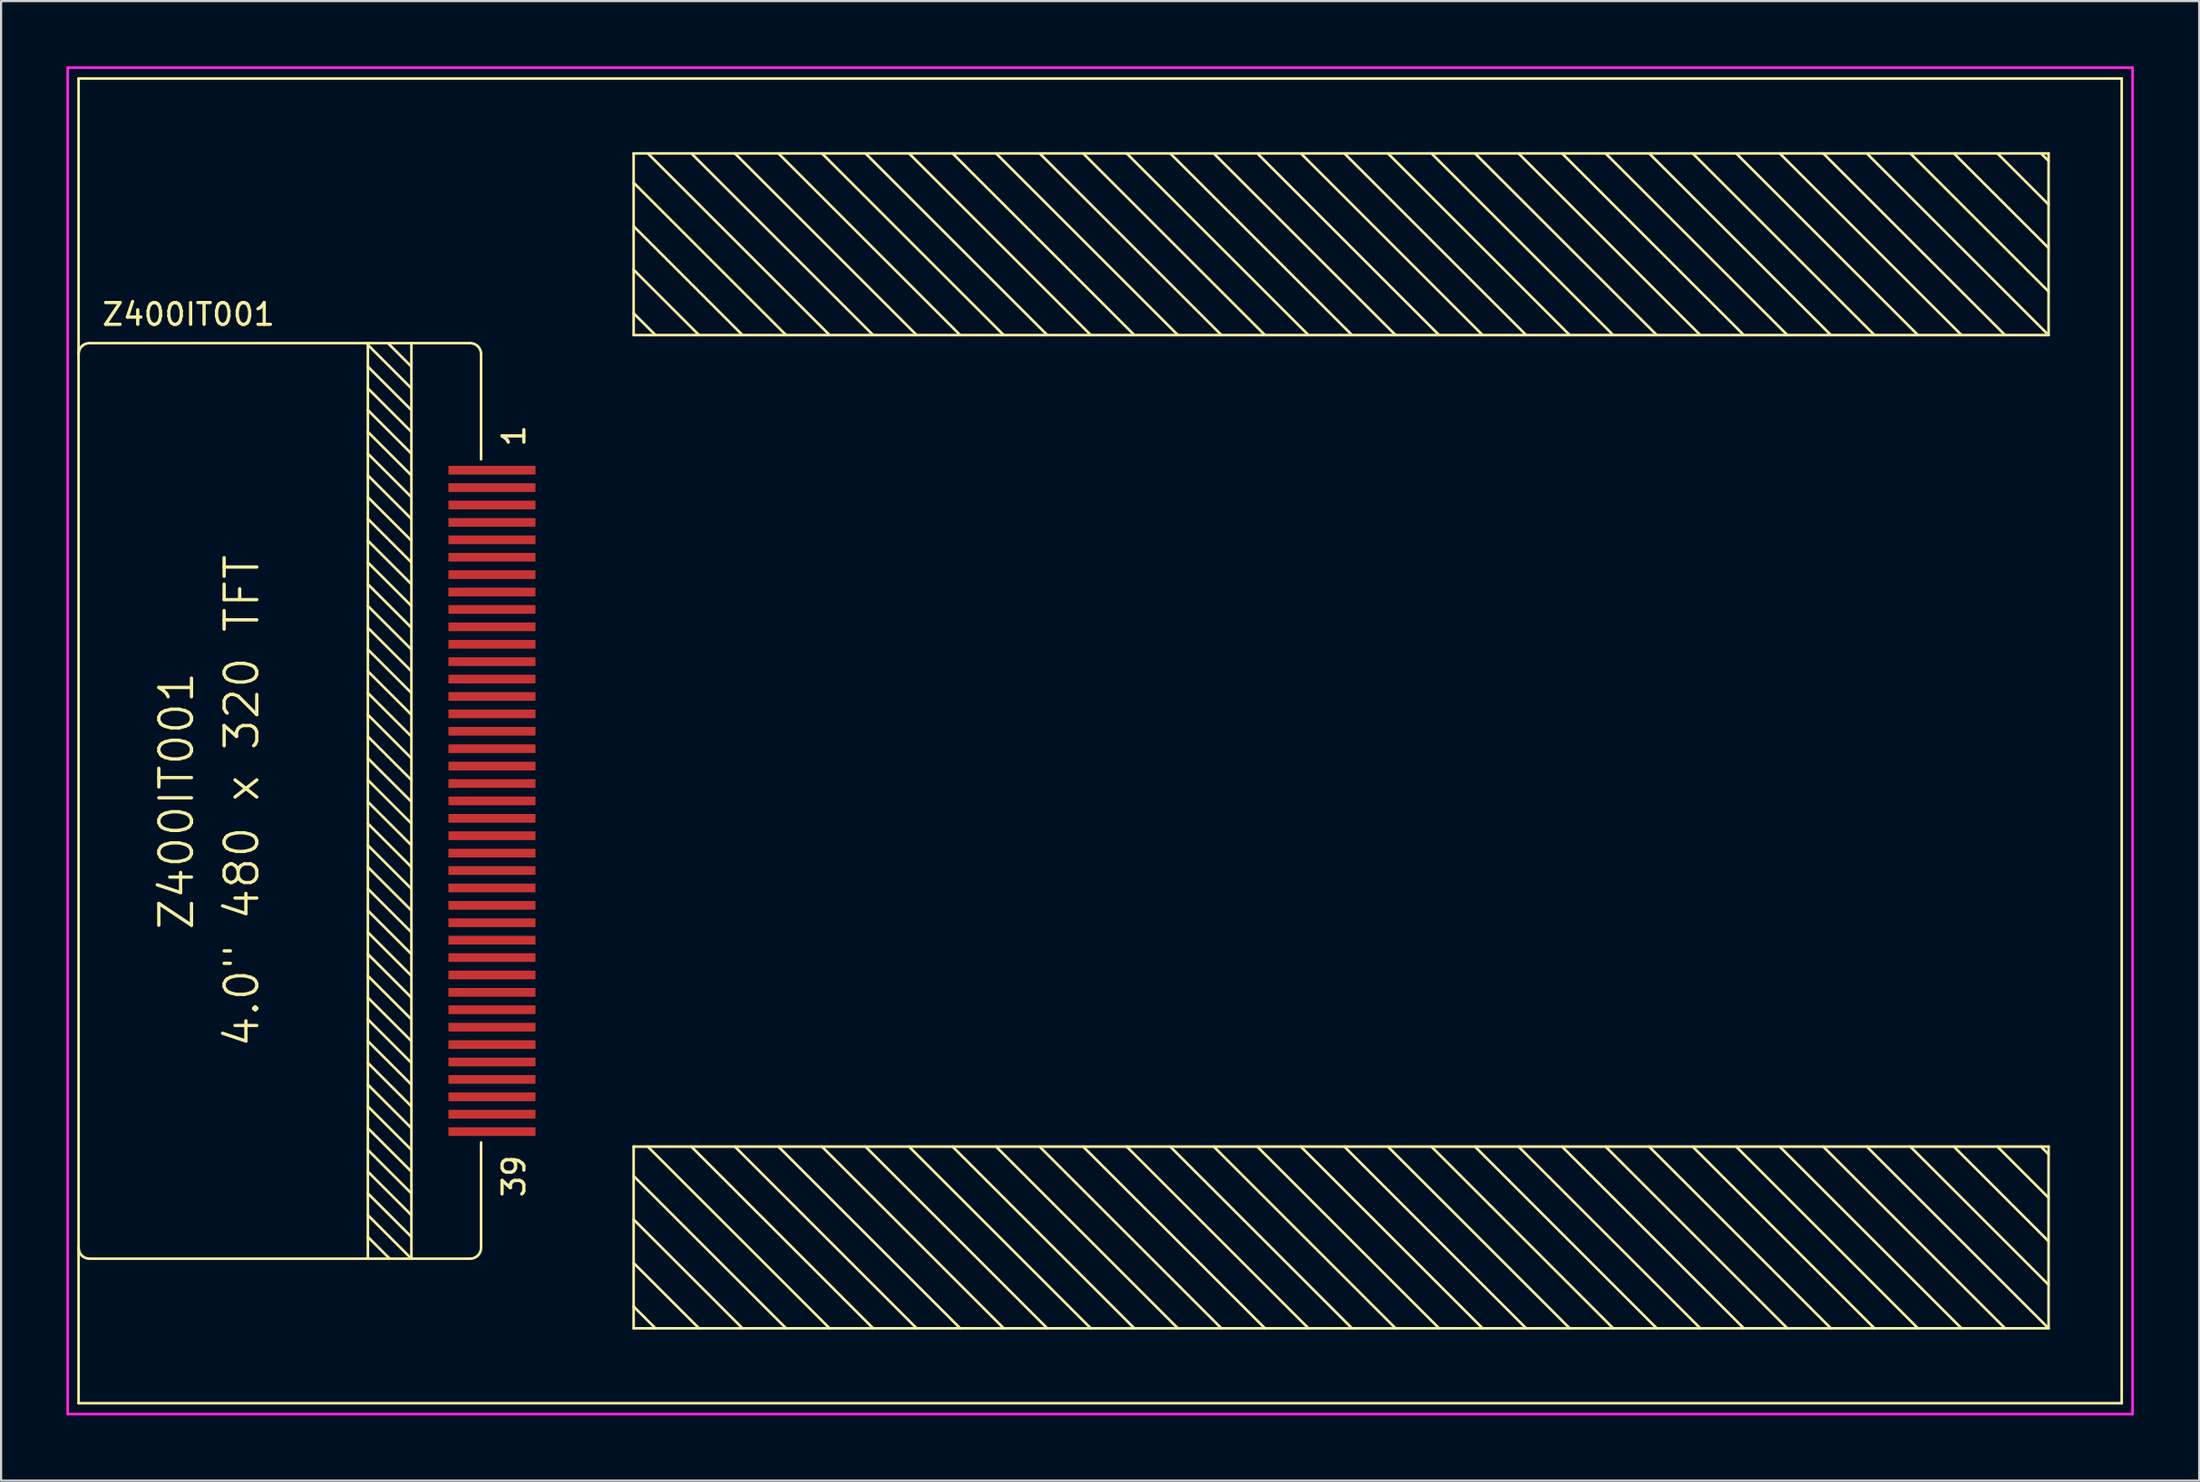
<source format=kicad_pcb>
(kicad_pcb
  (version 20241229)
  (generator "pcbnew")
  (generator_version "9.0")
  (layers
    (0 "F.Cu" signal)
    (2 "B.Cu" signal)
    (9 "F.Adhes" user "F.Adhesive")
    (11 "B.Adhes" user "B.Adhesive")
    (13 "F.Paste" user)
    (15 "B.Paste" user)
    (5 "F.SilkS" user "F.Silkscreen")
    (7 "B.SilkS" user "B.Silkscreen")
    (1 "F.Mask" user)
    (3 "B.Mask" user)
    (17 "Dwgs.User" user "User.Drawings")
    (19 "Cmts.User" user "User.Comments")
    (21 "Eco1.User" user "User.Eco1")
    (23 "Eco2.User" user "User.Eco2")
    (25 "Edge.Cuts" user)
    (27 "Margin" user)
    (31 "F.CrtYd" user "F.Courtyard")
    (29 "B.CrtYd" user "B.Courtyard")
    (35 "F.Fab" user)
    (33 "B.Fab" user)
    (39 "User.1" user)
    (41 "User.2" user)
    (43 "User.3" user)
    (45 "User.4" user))
  (footprint "Z400IT001"
    (layer "F.Cu")
    (at 50.06 31)
    (property "Reference" "Z400IT001" (at -48.5 -19.6 0) (layer "F.SilkS") (effects (font (size 1 1) (thickness 0.15)) (justify left)))
    (attr smd)
    (fp_line (start -49.5 -30.44) (end -49.5 30.44) (stroke (width 0.12) (type solid)) (layer "F.SilkS"))
    (fp_line (start -49.5 -30.44) (end 44.36 -30.44) (stroke (width 0.12) (type solid)) (layer "F.SilkS"))
    (fp_line (start -49.5 30.44) (end 44.36 30.44) (stroke (width 0.12) (type solid)) (layer "F.SilkS"))
    (fp_line (start -49 -18.28) (end -31.51 -18.28) (stroke (width 0.12) (type solid)) (layer "F.SilkS"))
    (fp_line (start -49 23.8) (end -31.51 23.8) (stroke (width 0.12) (type solid)) (layer "F.SilkS"))
    (fp_line (start -36.21 -18.28) (end -36.21 23.8) (stroke (width 0.12) (type solid)) (layer "F.SilkS"))
    (fp_line (start -36.21 -18.2) (end -34.21 -16.2) (stroke (width 0.12) (type solid)) (layer "F.SilkS"))
    (fp_line (start -36.21 -17.2) (end -34.21 -15.2) (stroke (width 0.12) (type solid)) (layer "F.SilkS"))
    (fp_line (start -36.21 -16.2) (end -34.21 -14.2) (stroke (width 0.12) (type solid)) (layer "F.SilkS"))
    (fp_line (start -36.21 -15.2) (end -34.21 -13.2) (stroke (width 0.12) (type solid)) (layer "F.SilkS"))
    (fp_line (start -36.21 -14.2) (end -34.21 -12.2) (stroke (width 0.12) (type solid)) (layer "F.SilkS"))
    (fp_line (start -36.21 -13.2) (end -34.21 -11.2) (stroke (width 0.12) (type solid)) (layer "F.SilkS"))
    (fp_line (start -36.21 -12.2) (end -34.21 -10.2) (stroke (width 0.12) (type solid)) (layer "F.SilkS"))
    (fp_line (start -36.21 -11.2) (end -34.21 -9.2) (stroke (width 0.12) (type solid)) (layer "F.SilkS"))
    (fp_line (start -36.21 -10.2) (end -34.21 -8.2) (stroke (width 0.12) (type solid)) (layer "F.SilkS"))
    (fp_line (start -36.21 -9.2) (end -34.21 -7.2) (stroke (width 0.12) (type solid)) (layer "F.SilkS"))
    (fp_line (start -36.21 -8.2) (end -34.21 -6.2) (stroke (width 0.12) (type solid)) (layer "F.SilkS"))
    (fp_line (start -36.21 -7.2) (end -34.21 -5.2) (stroke (width 0.12) (type solid)) (layer "F.SilkS"))
    (fp_line (start -36.21 -6.2) (end -34.21 -4.2) (stroke (width 0.12) (type solid)) (layer "F.SilkS"))
    (fp_line (start -36.21 -5.2) (end -34.21 -3.2) (stroke (width 0.12) (type solid)) (layer "F.SilkS"))
    (fp_line (start -36.21 -4.2) (end -34.21 -2.2) (stroke (width 0.12) (type solid)) (layer "F.SilkS"))
    (fp_line (start -36.21 -3.2) (end -34.21 -1.2) (stroke (width 0.12) (type solid)) (layer "F.SilkS"))
    (fp_line (start -36.21 -2.2) (end -34.21 -0.2) (stroke (width 0.12) (type solid)) (layer "F.SilkS"))
    (fp_line (start -36.21 -1.2) (end -34.21 0.8) (stroke (width 0.12) (type solid)) (layer "F.SilkS"))
    (fp_line (start -36.21 -0.2) (end -34.21 1.8) (stroke (width 0.12) (type solid)) (layer "F.SilkS"))
    (fp_line (start -36.21 0.8) (end -34.21 2.8) (stroke (width 0.12) (type solid)) (layer "F.SilkS"))
    (fp_line (start -36.21 1.8) (end -34.21 3.8) (stroke (width 0.12) (type solid)) (layer "F.SilkS"))
    (fp_line (start -36.21 2.8) (end -34.21 4.8) (stroke (width 0.12) (type solid)) (layer "F.SilkS"))
    (fp_line (start -36.21 3.8) (end -34.21 5.8) (stroke (width 0.12) (type solid)) (layer "F.SilkS"))
    (fp_line (start -36.21 4.8) (end -34.21 6.8) (stroke (width 0.12) (type solid)) (layer "F.SilkS"))
    (fp_line (start -36.21 5.8) (end -34.21 7.8) (stroke (width 0.12) (type solid)) (layer "F.SilkS"))
    (fp_line (start -36.21 6.8) (end -34.21 8.8) (stroke (width 0.12) (type solid)) (layer "F.SilkS"))
    (fp_line (start -36.21 7.8) (end -34.21 9.8) (stroke (width 0.12) (type solid)) (layer "F.SilkS"))
    (fp_line (start -36.21 8.8) (end -34.21 10.8) (stroke (width 0.12) (type solid)) (layer "F.SilkS"))
    (fp_line (start -36.21 9.8) (end -34.21 11.8) (stroke (width 0.12) (type solid)) (layer "F.SilkS"))
    (fp_line (start -36.21 10.8) (end -34.21 12.8) (stroke (width 0.12) (type solid)) (layer "F.SilkS"))
    (fp_line (start -36.21 11.8) (end -34.21 13.8) (stroke (width 0.12) (type solid)) (layer "F.SilkS"))
    (fp_line (start -36.21 12.8) (end -34.21 14.8) (stroke (width 0.12) (type solid)) (layer "F.SilkS"))
    (fp_line (start -36.21 13.8) (end -34.21 15.8) (stroke (width 0.12) (type solid)) (layer "F.SilkS"))
    (fp_line (start -36.21 14.8) (end -34.21 16.8) (stroke (width 0.12) (type solid)) (layer "F.SilkS"))
    (fp_line (start -36.21 15.8) (end -34.21 17.8) (stroke (width 0.12) (type solid)) (layer "F.SilkS"))
    (fp_line (start -36.21 16.8) (end -34.21 18.8) (stroke (width 0.12) (type solid)) (layer "F.SilkS"))
    (fp_line (start -36.21 17.8) (end -34.21 19.8) (stroke (width 0.12) (type solid)) (layer "F.SilkS"))
    (fp_line (start -36.21 18.8) (end -34.21 20.8) (stroke (width 0.12) (type solid)) (layer "F.SilkS"))
    (fp_line (start -36.21 19.8) (end -34.21 21.8) (stroke (width 0.12) (type solid)) (layer "F.SilkS"))
    (fp_line (start -36.21 20.8) (end -34.21 22.8) (stroke (width 0.12) (type solid)) (layer "F.SilkS"))
    (fp_line (start -36.21 21.8) (end -34.21 23.8) (stroke (width 0.12) (type solid)) (layer "F.SilkS"))
    (fp_line (start -36.21 22.8) (end -35.21 23.8) (stroke (width 0.12) (type solid)) (layer "F.SilkS"))
    (fp_line (start -35.26 -18.25) (end -34.21 -17.2) (stroke (width 0.12) (type solid)) (layer "F.SilkS"))
    (fp_line (start -34.21 -18.28) (end -34.21 23.8) (stroke (width 0.12) (type solid)) (layer "F.SilkS"))
    (fp_line (start -31.01 -17.78) (end -31.01 -12.94) (stroke (width 0.12) (type solid)) (layer "F.SilkS"))
    (fp_line (start -31.01 23.3) (end -31.01 18.46) (stroke (width 0.12) (type solid)) (layer "F.SilkS"))
    (fp_line (start -24 -27) (end 41 -27) (stroke (width 0.12) (type solid)) (layer "F.SilkS"))
    (fp_line (start -24 -25.65) (end -17 -18.65) (stroke (width 0.12) (type solid)) (layer "F.SilkS"))
    (fp_line (start -24 -23.65) (end -19 -18.65) (stroke (width 0.12) (type solid)) (layer "F.SilkS"))
    (fp_line (start -24 -21.65) (end -21 -18.65) (stroke (width 0.12) (type solid)) (layer "F.SilkS"))
    (fp_line (start -24 -19.65) (end -23 -18.65) (stroke (width 0.12) (type solid)) (layer "F.SilkS"))
    (fp_line (start -24 -18.65) (end -24 -27) (stroke (width 0.12) (type solid)) (layer "F.SilkS"))
    (fp_line (start -24 18.65) (end 41 18.65) (stroke (width 0.12) (type solid)) (layer "F.SilkS"))
    (fp_line (start -24 20) (end -17 27) (stroke (width 0.12) (type solid)) (layer "F.SilkS"))
    (fp_line (start -24 22) (end -19 27) (stroke (width 0.12) (type solid)) (layer "F.SilkS"))
    (fp_line (start -24 24) (end -21 27) (stroke (width 0.12) (type solid)) (layer "F.SilkS"))
    (fp_line (start -24 26) (end -23 27) (stroke (width 0.12) (type solid)) (layer "F.SilkS"))
    (fp_line (start -24 27) (end -24 18.65) (stroke (width 0.12) (type solid)) (layer "F.SilkS"))
    (fp_line (start -23.35 -27) (end -15 -18.65) (stroke (width 0.12) (type solid)) (layer "F.SilkS"))
    (fp_line (start -23.35 18.65) (end -15 27) (stroke (width 0.12) (type solid)) (layer "F.SilkS"))
    (fp_line (start -21.35 -27) (end -13 -18.65) (stroke (width 0.12) (type solid)) (layer "F.SilkS"))
    (fp_line (start -21.35 18.65) (end -13 27) (stroke (width 0.12) (type solid)) (layer "F.SilkS"))
    (fp_line (start -19.35 -27) (end -11 -18.65) (stroke (width 0.12) (type solid)) (layer "F.SilkS"))
    (fp_line (start -19.35 18.65) (end -11 27) (stroke (width 0.12) (type solid)) (layer "F.SilkS"))
    (fp_line (start -17.35 -27) (end -9 -18.65) (stroke (width 0.12) (type solid)) (layer "F.SilkS"))
    (fp_line (start -17.35 18.65) (end -9 27) (stroke (width 0.12) (type solid)) (layer "F.SilkS"))
    (fp_line (start -15.35 -27) (end -7 -18.65) (stroke (width 0.12) (type solid)) (layer "F.SilkS"))
    (fp_line (start -15.35 18.65) (end -7 27) (stroke (width 0.12) (type solid)) (layer "F.SilkS"))
    (fp_line (start -13.35 -27) (end -5 -18.65) (stroke (width 0.12) (type solid)) (layer "F.SilkS"))
    (fp_line (start -13.35 18.65) (end -5 27) (stroke (width 0.12) (type solid)) (layer "F.SilkS"))
    (fp_line (start -11.35 -27) (end -3 -18.65) (stroke (width 0.12) (type solid)) (layer "F.SilkS"))
    (fp_line (start -11.35 18.65) (end -3 27) (stroke (width 0.12) (type solid)) (layer "F.SilkS"))
    (fp_line (start -9.35 -27) (end -1 -18.65) (stroke (width 0.12) (type solid)) (layer "F.SilkS"))
    (fp_line (start -9.35 18.65) (end -1 27) (stroke (width 0.12) (type solid)) (layer "F.SilkS"))
    (fp_line (start -7.35 -27) (end 1 -18.65) (stroke (width 0.12) (type solid)) (layer "F.SilkS"))
    (fp_line (start -7.35 18.65) (end 1 27) (stroke (width 0.12) (type solid)) (layer "F.SilkS"))
    (fp_line (start -5.35 -27) (end 3 -18.65) (stroke (width 0.12) (type solid)) (layer "F.SilkS"))
    (fp_line (start -5.35 18.65) (end 3 27) (stroke (width 0.12) (type solid)) (layer "F.SilkS"))
    (fp_line (start -3.35 -27) (end 5 -18.65) (stroke (width 0.12) (type solid)) (layer "F.SilkS"))
    (fp_line (start -3.35 18.65) (end 5 27) (stroke (width 0.12) (type solid)) (layer "F.SilkS"))
    (fp_line (start -1.35 -27) (end 7 -18.65) (stroke (width 0.12) (type solid)) (layer "F.SilkS"))
    (fp_line (start -1.35 18.65) (end 7 27) (stroke (width 0.12) (type solid)) (layer "F.SilkS"))
    (fp_line (start 0.65 -27) (end 9 -18.65) (stroke (width 0.12) (type solid)) (layer "F.SilkS"))
    (fp_line (start 0.65 18.65) (end 9 27) (stroke (width 0.12) (type solid)) (layer "F.SilkS"))
    (fp_line (start 2.65 -27) (end 11 -18.65) (stroke (width 0.12) (type solid)) (layer "F.SilkS"))
    (fp_line (start 2.65 18.65) (end 11 27) (stroke (width 0.12) (type solid)) (layer "F.SilkS"))
    (fp_line (start 4.65 -27) (end 13 -18.65) (stroke (width 0.12) (type solid)) (layer "F.SilkS"))
    (fp_line (start 4.65 18.65) (end 13 27) (stroke (width 0.12) (type solid)) (layer "F.SilkS"))
    (fp_line (start 6.65 -27) (end 15 -18.65) (stroke (width 0.12) (type solid)) (layer "F.SilkS"))
    (fp_line (start 6.65 18.65) (end 15 27) (stroke (width 0.12) (type solid)) (layer "F.SilkS"))
    (fp_line (start 8.65 -27) (end 17 -18.65) (stroke (width 0.12) (type solid)) (layer "F.SilkS"))
    (fp_line (start 8.65 18.65) (end 17 27) (stroke (width 0.12) (type solid)) (layer "F.SilkS"))
    (fp_line (start 10.65 -27) (end 19 -18.65) (stroke (width 0.12) (type solid)) (layer "F.SilkS"))
    (fp_line (start 10.65 18.65) (end 19 27) (stroke (width 0.12) (type solid)) (layer "F.SilkS"))
    (fp_line (start 12.65 -27) (end 21 -18.65) (stroke (width 0.12) (type solid)) (layer "F.SilkS"))
    (fp_line (start 12.65 18.65) (end 21 27) (stroke (width 0.12) (type solid)) (layer "F.SilkS"))
    (fp_line (start 14.65 -27) (end 23 -18.65) (stroke (width 0.12) (type solid)) (layer "F.SilkS"))
    (fp_line (start 14.65 18.65) (end 23 27) (stroke (width 0.12) (type solid)) (layer "F.SilkS"))
    (fp_line (start 16.65 -27) (end 25 -18.65) (stroke (width 0.12) (type solid)) (layer "F.SilkS"))
    (fp_line (start 16.65 18.65) (end 25 27) (stroke (width 0.12) (type solid)) (layer "F.SilkS"))
    (fp_line (start 18.65 -27) (end 27 -18.65) (stroke (width 0.12) (type solid)) (layer "F.SilkS"))
    (fp_line (start 18.65 18.65) (end 27 27) (stroke (width 0.12) (type solid)) (layer "F.SilkS"))
    (fp_line (start 20.65 -27) (end 29 -18.65) (stroke (width 0.12) (type solid)) (layer "F.SilkS"))
    (fp_line (start 20.65 18.65) (end 29 27) (stroke (width 0.12) (type solid)) (layer "F.SilkS"))
    (fp_line (start 22.65 -27) (end 31 -18.65) (stroke (width 0.12) (type solid)) (layer "F.SilkS"))
    (fp_line (start 22.65 18.65) (end 31 27) (stroke (width 0.12) (type solid)) (layer "F.SilkS"))
    (fp_line (start 24.65 -27) (end 33 -18.65) (stroke (width 0.12) (type solid)) (layer "F.SilkS"))
    (fp_line (start 24.65 18.65) (end 33 27) (stroke (width 0.12) (type solid)) (layer "F.SilkS"))
    (fp_line (start 26.65 -27) (end 35 -18.65) (stroke (width 0.12) (type solid)) (layer "F.SilkS"))
    (fp_line (start 26.65 18.65) (end 35 27) (stroke (width 0.12) (type solid)) (layer "F.SilkS"))
    (fp_line (start 28.65 -27) (end 37 -18.65) (stroke (width 0.12) (type solid)) (layer "F.SilkS"))
    (fp_line (start 28.65 18.65) (end 37 27) (stroke (width 0.12) (type solid)) (layer "F.SilkS"))
    (fp_line (start 30.65 -27) (end 39 -18.65) (stroke (width 0.12) (type solid)) (layer "F.SilkS"))
    (fp_line (start 30.65 18.65) (end 39 27) (stroke (width 0.12) (type solid)) (layer "F.SilkS"))
    (fp_line (start 32.65 -27) (end 41 -18.65) (stroke (width 0.12) (type solid)) (layer "F.SilkS"))
    (fp_line (start 32.65 18.65) (end 41 27) (stroke (width 0.12) (type solid)) (layer "F.SilkS"))
    (fp_line (start 34.65 -27) (end 41 -20.65) (stroke (width 0.12) (type solid)) (layer "F.SilkS"))
    (fp_line (start 34.65 18.65) (end 41 25) (stroke (width 0.12) (type solid)) (layer "F.SilkS"))
    (fp_line (start 36.65 -27) (end 41 -22.65) (stroke (width 0.12) (type solid)) (layer "F.SilkS"))
    (fp_line (start 36.65 18.65) (end 41 23) (stroke (width 0.12) (type solid)) (layer "F.SilkS"))
    (fp_line (start 38.65 -27) (end 41 -24.65) (stroke (width 0.12) (type solid)) (layer "F.SilkS"))
    (fp_line (start 38.65 18.65) (end 41 21) (stroke (width 0.12) (type solid)) (layer "F.SilkS"))
    (fp_line (start 40.65 -27) (end 41 -26.65) (stroke (width 0.12) (type solid)) (layer "F.SilkS"))
    (fp_line (start 40.65 18.65) (end 41 19) (stroke (width 0.12) (type solid)) (layer "F.SilkS"))
    (fp_line (start 41 -27) (end 41 -18.65) (stroke (width 0.12) (type solid)) (layer "F.SilkS"))
    (fp_line (start 41 -18.65) (end -24 -18.65) (stroke (width 0.12) (type solid)) (layer "F.SilkS"))
    (fp_line (start 41 18.65) (end 41 27) (stroke (width 0.12) (type solid)) (layer "F.SilkS"))
    (fp_line (start 41 27) (end -24 27) (stroke (width 0.12) (type solid)) (layer "F.SilkS"))
    (fp_line (start 44.36 -30.44) (end 44.36 30.44) (stroke (width 0.12) (type solid)) (layer "F.SilkS"))
    (fp_arc (start -49.5 -17.78) (mid -49.353553 -18.133553) (end -49 -18.28) (stroke (width 0.12) (type solid)) (layer "F.SilkS"))
    (fp_arc (start -49 23.8) (mid -49.353553 23.653553) (end -49.5 23.3) (stroke (width 0.12) (type solid)) (layer "F.SilkS"))
    (fp_arc (start -31.51 -18.28) (mid -31.156447 -18.133553) (end -31.01 -17.78) (stroke (width 0.12) (type solid)) (layer "F.SilkS"))
    (fp_arc (start -31.01 23.3) (mid -31.156447 23.653553) (end -31.51 23.8) (stroke (width 0.12) (type solid)) (layer "F.SilkS"))
    (fp_line (start -50 -30.94) (end -50 30.94) (stroke (width 0.12) (type solid)) (layer "F.CrtYd"))
    (fp_line (start -50 -30.94) (end 44.86 -30.94) (stroke (width 0.12) (type solid)) (layer "F.CrtYd"))
    (fp_line (start -50 30.94) (end 44.86 30.94) (stroke (width 0.12) (type solid)) (layer "F.CrtYd"))
    (fp_line (start 44.86 30.94) (end 44.86 -30.94) (stroke (width 0.12) (type solid)) (layer "F.CrtYd"))
    (fp_text user "Z400IT001" (at -45 2.76 90) (layer "F.SilkS") (effects (font (size 1.5 1.5) (thickness 0.152))))
    (fp_text user "39" (at -29.5 18.96 90) (layer "F.SilkS") (effects (font (size 1 1) (thickness 0.152)) (justify right)))
    (fp_text user "1" (at -29.5 -13.44 90) (layer "F.SilkS") (effects (font (size 1 1) (thickness 0.152)) (justify left)))
    (fp_text user "4.0\" 480 x 320 TFT" (at -42 2.76 90) (layer "F.SilkS") (effects (font (size 1.5 1.5) (thickness 0.152))))
    (pad "1" smd rect (at -30.51 -12.44 270) (size 0.4 4) (layers "F.Cu" "F.Mask" "F.Paste"))
    (pad "2" smd rect (at -30.51 -11.64 270) (size 0.4 4) (layers "F.Cu" "F.Mask" "F.Paste"))
    (pad "3" smd rect (at -30.51 -10.84 270) (size 0.4 4) (layers "F.Cu" "F.Mask" "F.Paste"))
    (pad "4" smd rect (at -30.51 -10.04 270) (size 0.4 4) (layers "F.Cu" "F.Mask" "F.Paste"))
    (pad "5" smd rect (at -30.51 -9.24 270) (size 0.4 4) (layers "F.Cu" "F.Mask" "F.Paste"))
    (pad "6" smd rect (at -30.51 -8.44 270) (size 0.4 4) (layers "F.Cu" "F.Mask" "F.Paste"))
    (pad "7" smd rect (at -30.51 -7.64 270) (size 0.4 4) (layers "F.Cu" "F.Mask" "F.Paste"))
    (pad "8" smd rect (at -30.51 -6.84 270) (size 0.4 4) (layers "F.Cu" "F.Mask" "F.Paste"))
    (pad "9" smd rect (at -30.51 -6.04 270) (size 0.4 4) (layers "F.Cu" "F.Mask" "F.Paste"))
    (pad "10" smd rect (at -30.51 -5.24 270) (size 0.4 4) (layers "F.Cu" "F.Mask" "F.Paste"))
    (pad "11" smd rect (at -30.51 -4.44 270) (size 0.4 4) (layers "F.Cu" "F.Mask" "F.Paste"))
    (pad "12" smd rect (at -30.51 -3.64 270) (size 0.4 4) (layers "F.Cu" "F.Mask" "F.Paste"))
    (pad "13" smd rect (at -30.51 -2.84 270) (size 0.4 4) (layers "F.Cu" "F.Mask" "F.Paste"))
    (pad "14" smd rect (at -30.51 -2.04 270) (size 0.4 4) (layers "F.Cu" "F.Mask" "F.Paste"))
    (pad "15" smd rect (at -30.51 -1.24 270) (size 0.4 4) (layers "F.Cu" "F.Mask" "F.Paste"))
    (pad "16" smd rect (at -30.51 -0.44 270) (size 0.4 4) (layers "F.Cu" "F.Mask" "F.Paste"))
    (pad "17" smd rect (at -30.51 0.36 270) (size 0.4 4) (layers "F.Cu" "F.Mask" "F.Paste"))
    (pad "18" smd rect (at -30.51 1.16 270) (size 0.4 4) (layers "F.Cu" "F.Mask" "F.Paste"))
    (pad "19" smd rect (at -30.51 1.96 270) (size 0.4 4) (layers "F.Cu" "F.Mask" "F.Paste"))
    (pad "20" smd rect (at -30.51 2.76 270) (size 0.4 4) (layers "F.Cu" "F.Mask" "F.Paste"))
    (pad "21" smd rect (at -30.51 3.56 270) (size 0.4 4) (layers "F.Cu" "F.Mask" "F.Paste"))
    (pad "22" smd rect (at -30.51 4.36 270) (size 0.4 4) (layers "F.Cu" "F.Mask" "F.Paste"))
    (pad "23" smd rect (at -30.51 5.16 270) (size 0.4 4) (layers "F.Cu" "F.Mask" "F.Paste"))
    (pad "24" smd rect (at -30.51 5.96 270) (size 0.4 4) (layers "F.Cu" "F.Mask" "F.Paste"))
    (pad "25" smd rect (at -30.51 6.76 270) (size 0.4 4) (layers "F.Cu" "F.Mask" "F.Paste"))
    (pad "26" smd rect (at -30.51 7.56 270) (size 0.4 4) (layers "F.Cu" "F.Mask" "F.Paste"))
    (pad "27" smd rect (at -30.51 8.36 270) (size 0.4 4) (layers "F.Cu" "F.Mask" "F.Paste"))
    (pad "28" smd rect (at -30.51 9.16 270) (size 0.4 4) (layers "F.Cu" "F.Mask" "F.Paste"))
    (pad "29" smd rect (at -30.51 9.96 270) (size 0.4 4) (layers "F.Cu" "F.Mask" "F.Paste"))
    (pad "30" smd rect (at -30.51 10.76 270) (size 0.4 4) (layers "F.Cu" "F.Mask" "F.Paste"))
    (pad "31" smd rect (at -30.51 11.56 270) (size 0.4 4) (layers "F.Cu" "F.Mask" "F.Paste"))
    (pad "32" smd rect (at -30.51 12.36 270) (size 0.4 4) (layers "F.Cu" "F.Mask" "F.Paste"))
    (pad "33" smd rect (at -30.51 13.16 270) (size 0.4 4) (layers "F.Cu" "F.Mask" "F.Paste"))
    (pad "34" smd rect (at -30.51 13.96 270) (size 0.4 4) (layers "F.Cu" "F.Mask" "F.Paste"))
    (pad "35" smd rect (at -30.51 14.76 270) (size 0.4 4) (layers "F.Cu" "F.Mask" "F.Paste"))
    (pad "36" smd rect (at -30.51 15.56 270) (size 0.4 4) (layers "F.Cu" "F.Mask" "F.Paste"))
    (pad "37" smd rect (at -30.51 16.36 270) (size 0.4 4) (layers "F.Cu" "F.Mask" "F.Paste"))
    (pad "38" smd rect (at -30.51 17.16 270) (size 0.4 4) (layers "F.Cu" "F.Mask" "F.Paste"))
    (pad "39" smd rect (at -30.51 17.96 270) (size 0.4 4) (layers "F.Cu" "F.Mask" "F.Paste")))
  (gr_rect
    (start -3 -3)
    (end 97.98 65)
    (stroke (width 0.1) (type default))
    (fill no)
    (layer "Edge.Cuts")))
</source>
